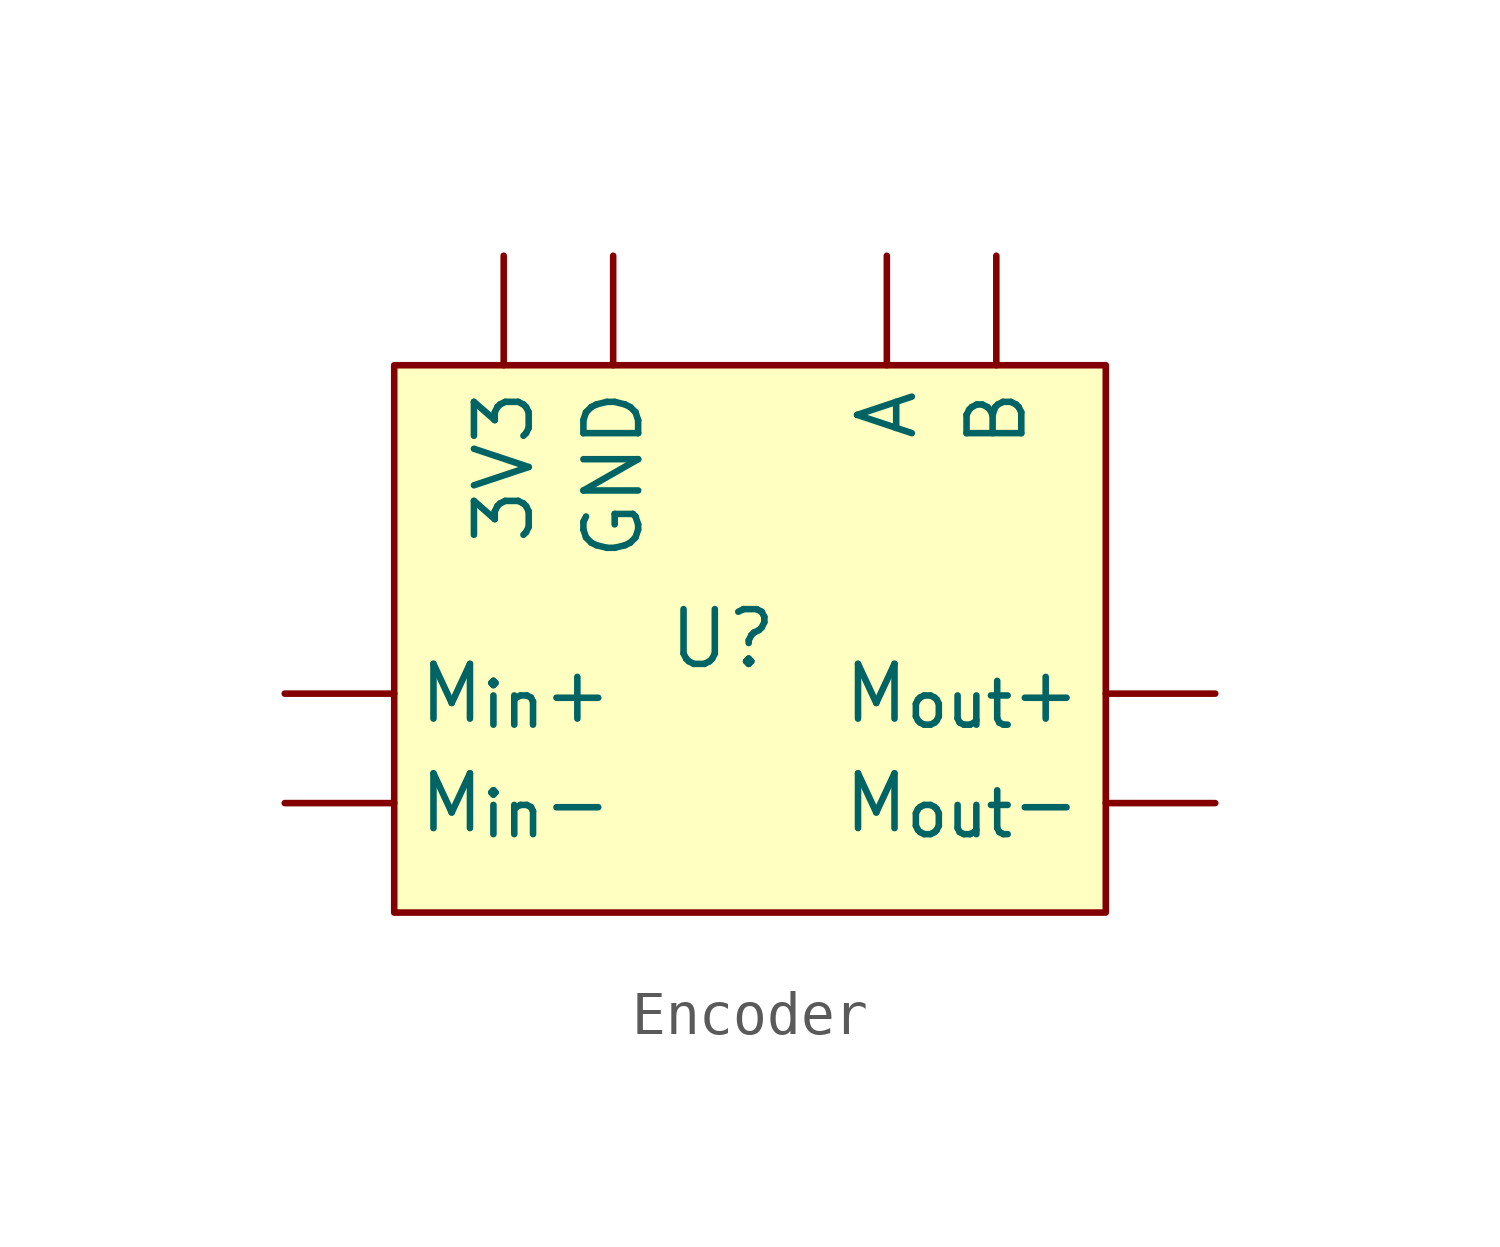
<source format=kicad_sym>
(kicad_symbol_lib
  (version 20241209)
  (generator "kicad_symbol_editor")
  (generator_version "9.0")
  (symbol "Encoder"
    (property "Reference" "U"
      (at 0 0 0)
      (effects (font (size 1.27 1.27))))
    (property "Value" ""
      (at 0 0 0)
      (effects (font (size 1.27 1.27))))
    (symbol "Encoder_1_1"
      (rectangle (start -7.62 6.35) (end 8.89 -6.35) (stroke (width 0) (type solid)) (fill (type background)))
      (pin input line (at -10.16 -1.27 0) (length 2.54) (name "M_{in}+" (effects (font (size 1.27 1.27)))) (number "" (effects (font (size 1.27 1.27)))))
      (pin input line (at -10.16 -3.81 0) (length 2.54) (name "M_{in}-" (effects (font (size 1.27 1.27)))) (number "" (effects (font (size 1.27 1.27)))))
      (pin input line (at -5.08 8.89 270) (length 2.54) (name "3V3" (effects (font (size 1.27 1.27)))) (number "" (effects (font (size 1.27 1.27)))))
      (pin input line (at -2.54 8.89 270) (length 2.54) (name "GND" (effects (font (size 1.27 1.27)))) (number "" (effects (font (size 1.27 1.27)))))
      (pin input line (at 3.81 8.89 270) (length 2.54) (name "A" (effects (font (size 1.27 1.27)))) (number "" (effects (font (size 1.27 1.27)))))
      (pin input line (at 6.35 8.89 270) (length 2.54) (name "B" (effects (font (size 1.27 1.27)))) (number "" (effects (font (size 1.27 1.27)))))
      (pin output line (at 11.43 -1.27 180) (length 2.54) (name "M_{out}+" (effects (font (size 1.27 1.27)))) (number "" (effects (font (size 1.27 1.27)))))
      (pin output line (at 11.43 -3.81 180) (length 2.54) (name "M_{out}-" (effects (font (size 1.27 1.27)))) (number "" (effects (font (size 1.27 1.27))))))))
</source>
